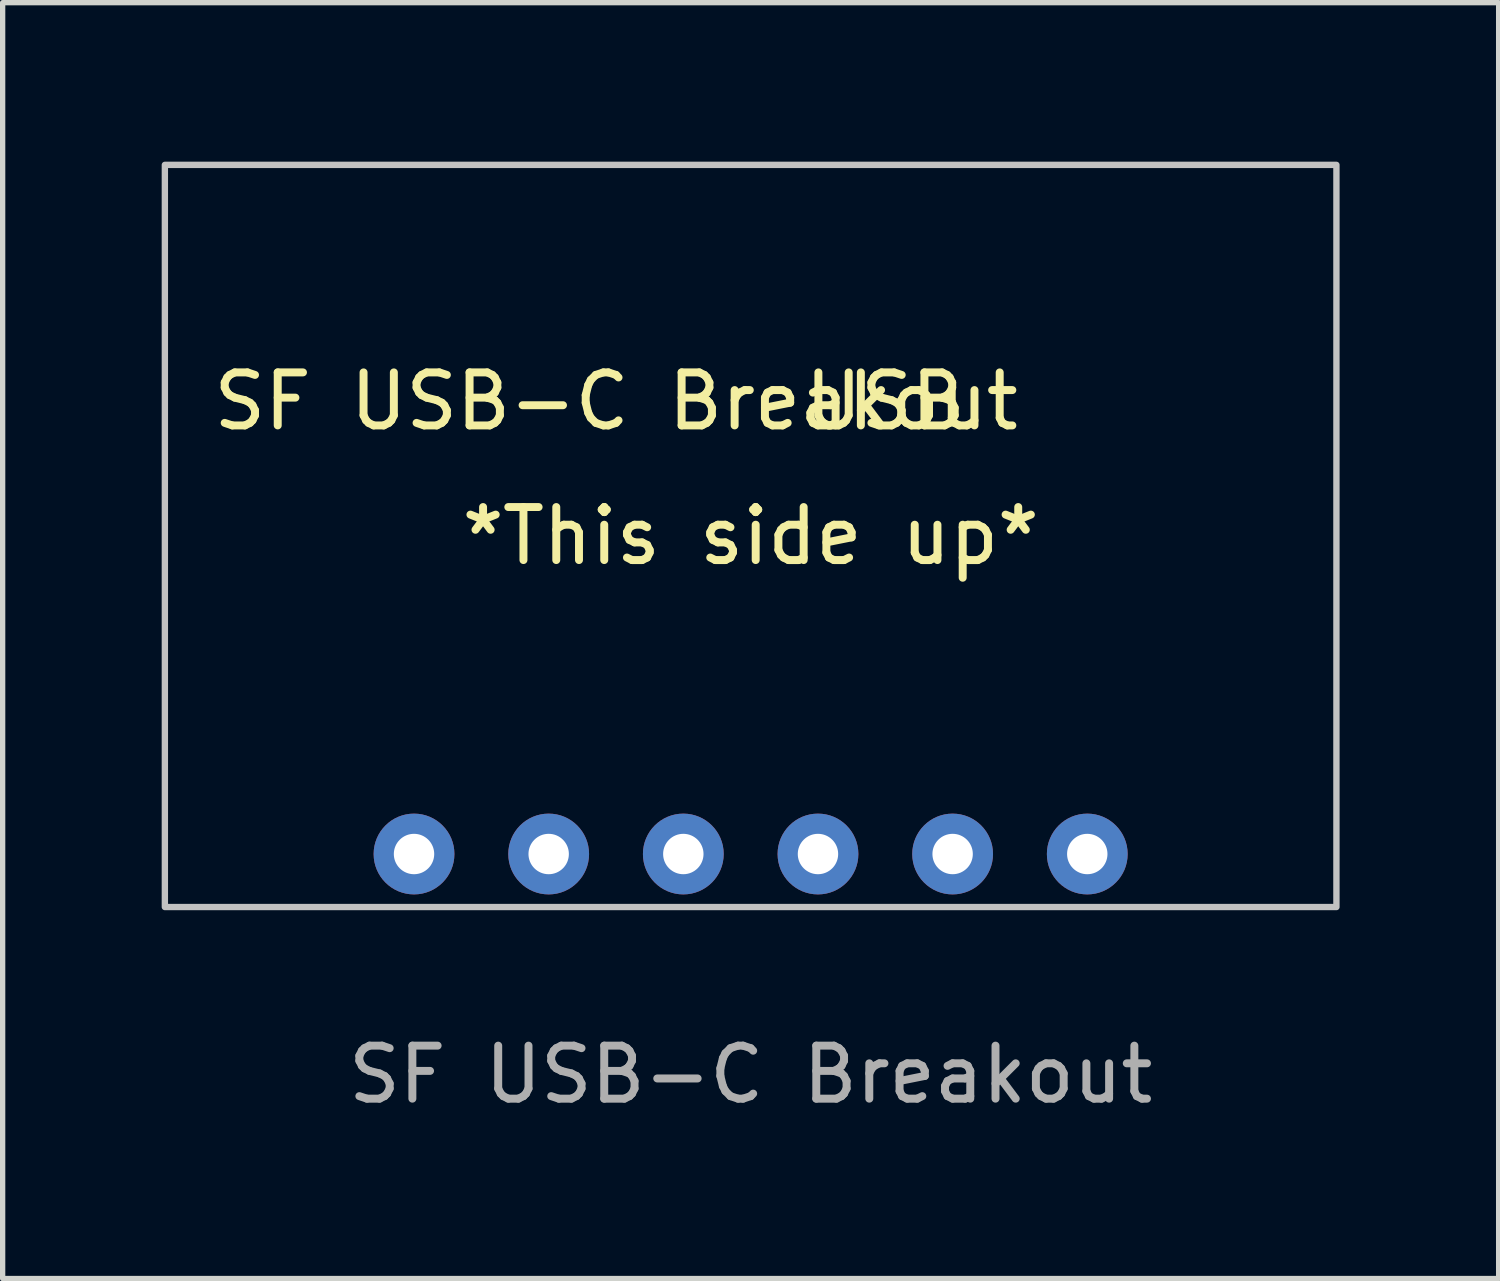
<source format=kicad_pcb>
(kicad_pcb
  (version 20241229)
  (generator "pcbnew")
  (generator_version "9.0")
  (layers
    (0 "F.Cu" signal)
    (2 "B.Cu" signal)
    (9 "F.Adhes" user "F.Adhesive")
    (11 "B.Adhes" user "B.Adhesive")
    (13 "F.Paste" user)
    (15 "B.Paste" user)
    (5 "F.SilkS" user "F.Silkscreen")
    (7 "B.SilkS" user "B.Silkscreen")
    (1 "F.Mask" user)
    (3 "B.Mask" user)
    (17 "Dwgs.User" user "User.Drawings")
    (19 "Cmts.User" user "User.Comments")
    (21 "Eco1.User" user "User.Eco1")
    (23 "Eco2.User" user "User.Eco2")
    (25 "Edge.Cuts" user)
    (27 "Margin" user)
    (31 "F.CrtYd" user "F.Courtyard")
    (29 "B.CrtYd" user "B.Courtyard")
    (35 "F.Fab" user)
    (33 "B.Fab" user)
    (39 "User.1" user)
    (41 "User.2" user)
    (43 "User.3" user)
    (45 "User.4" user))
  (footprint "SF USB-C Breakout"
    (layer "F.Cu")
    (at 11.11 7.06)
    (property "Reference" "SF USB-C Breakout" (at -2.54 -2.54 0) (unlocked yes) (layer "F.SilkS") (effects (font (size 1 1) (thickness 0.15))))
    (attr through_hole)
    (fp_rect (start -11.05 -7) (end 11.05 7) (stroke (width 0.12) (type solid)) (fill no) (layer "Dwgs.User"))
    (fp_text user "USB" (at 2.54 -2.54 0) (unlocked yes) (layer "F.SilkS") (effects (font (size 1 1) (thickness 0.15))))
    (fp_text user "*This side up*" (at 0 0 0) (unlocked yes) (layer "F.SilkS") (effects (font (size 1 1) (thickness 0.15))))
    (fp_text user "${REFERENCE}" (at 0 10.16 0) (unlocked yes) (layer "F.Fab") (effects (font (size 1 1) (thickness 0.15))))
    (pad "1" thru_hole circle (at 6.35 6) (size 1.524 1.524) (drill 0.762) (layers "*.Cu" "*.Mask"))
    (pad "2" thru_hole circle (at 3.81 6) (size 1.524 1.524) (drill 0.762) (layers "*.Cu" "*.Mask"))
    (pad "3" thru_hole circle (at 1.27 6) (size 1.524 1.524) (drill 0.762) (layers "*.Cu" "*.Mask"))
    (pad "4" thru_hole circle (at -1.27 6) (size 1.524 1.524) (drill 0.762) (layers "*.Cu" "*.Mask"))
    (pad "5" thru_hole circle (at -3.81 6) (size 1.524 1.524) (drill 0.762) (layers "*.Cu" "*.Mask"))
    (pad "6" thru_hole circle (at -6.35 6) (size 1.524 1.524) (drill 0.762) (layers "*.Cu" "*.Mask")))
  (gr_rect
    (start -3 -3)
    (end 25.22 21.068)
    (stroke (width 0.1) (type default))
    (fill no)
    (layer "Edge.Cuts")))
</source>
